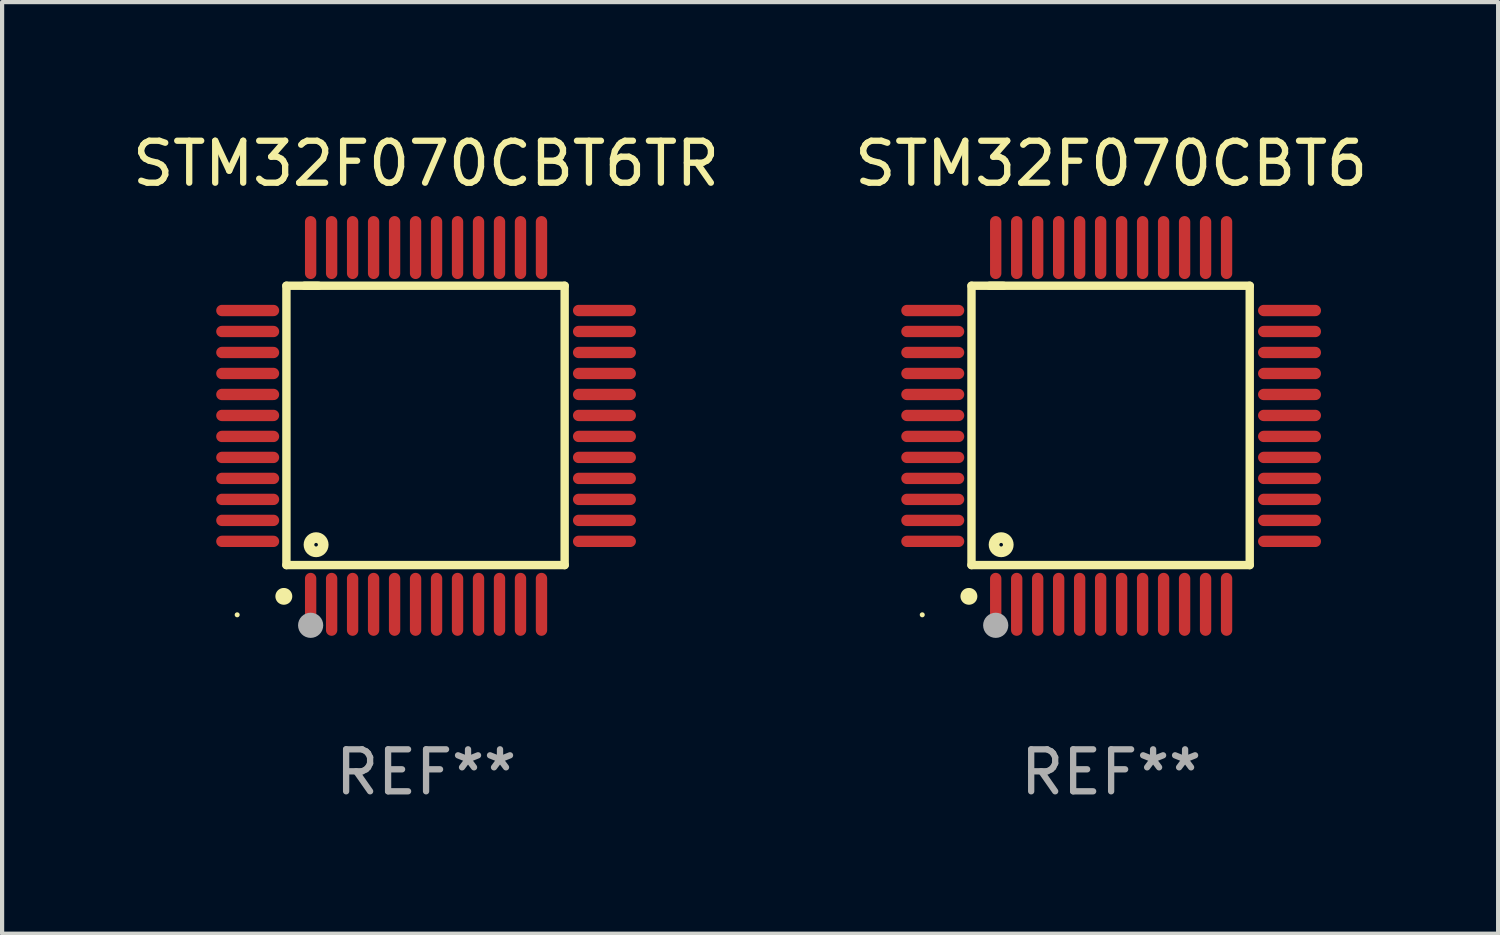
<source format=kicad_pcb>
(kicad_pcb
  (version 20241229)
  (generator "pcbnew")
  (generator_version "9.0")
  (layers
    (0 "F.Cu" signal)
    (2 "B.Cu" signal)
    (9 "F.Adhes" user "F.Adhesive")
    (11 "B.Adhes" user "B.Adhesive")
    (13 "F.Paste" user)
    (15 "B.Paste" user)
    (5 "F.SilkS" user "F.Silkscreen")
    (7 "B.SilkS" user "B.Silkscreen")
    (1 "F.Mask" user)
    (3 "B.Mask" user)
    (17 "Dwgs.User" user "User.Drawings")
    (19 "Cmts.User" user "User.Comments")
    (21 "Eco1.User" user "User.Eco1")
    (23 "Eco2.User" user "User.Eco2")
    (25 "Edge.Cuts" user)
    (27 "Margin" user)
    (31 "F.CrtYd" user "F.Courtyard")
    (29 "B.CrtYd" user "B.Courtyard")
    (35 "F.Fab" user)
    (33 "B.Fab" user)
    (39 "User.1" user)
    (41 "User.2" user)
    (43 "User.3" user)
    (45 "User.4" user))
  (footprint "STM32F070CBT6"
    (layer "F.Cu")
    (at 23.423 7.098)
    (property "Reference" "STM32F070CBT6" (at 0 -6.25 0) (layer "F.SilkS") (effects (font (size 1 1) (thickness 0.15))))
    (attr through_hole)
    (fp_line (start -3.327 -3.34) (end -2.565 -3.34) (stroke (width 0.2) (type solid)) (layer "F.SilkS"))
    (fp_line (start -3.327 3.315) (end -3.327 -3.34) (stroke (width 0.2) (type solid)) (layer "F.SilkS"))
    (fp_line (start -2.896 -3.34) (end 3.302 -3.34) (stroke (width 0.2) (type solid)) (layer "F.SilkS"))
    (fp_line (start 3.302 -3.34) (end 3.302 3.315) (stroke (width 0.2) (type solid)) (layer "F.SilkS"))
    (fp_line (start 3.302 3.315) (end -3.327 3.315) (stroke (width 0.2) (type solid)) (layer "F.SilkS"))
    (fp_arc (start -3.389992 4.059995) (mid -3.388722 4.059991) (end -3.387452 4.059995) (stroke (width 0.4) (type solid)) (layer "F.SilkS"))
    (fp_circle (center -4.5 4.5) (end -4.47 4.5) (stroke (width 0.06) (type solid)) (fill no) (layer "F.SilkS"))
    (fp_circle (center -2.62 2.83) (end -2.45 2.83) (stroke (width 0.254) (type solid)) (fill no) (layer "F.SilkS"))
    (fp_circle (center -2.75 4.75) (end -2.6 4.75) (stroke (width 0.3) (type solid)) (fill no) (layer "F.Fab"))
    (fp_text user "REF**" (at 0 8.25 0) (layer "F.Fab") (effects (font (size 1 1) (thickness 0.15))))
    (pad "1" smd oval (at -2.75 4.25) (size 0.27 1.5) (layers "F.Cu" "F.Mask" "F.Paste"))
    (pad "2" smd oval (at -2.25 4.25) (size 0.27 1.5) (layers "F.Cu" "F.Mask" "F.Paste"))
    (pad "3" smd oval (at -1.75 4.25) (size 0.27 1.5) (layers "F.Cu" "F.Mask" "F.Paste"))
    (pad "4" smd oval (at -1.25 4.25) (size 0.27 1.5) (layers "F.Cu" "F.Mask" "F.Paste"))
    (pad "5" smd oval (at -0.75 4.25) (size 0.27 1.5) (layers "F.Cu" "F.Mask" "F.Paste"))
    (pad "6" smd oval (at -0.25 4.25) (size 0.27 1.5) (layers "F.Cu" "F.Mask" "F.Paste"))
    (pad "7" smd oval (at 0.25 4.25) (size 0.27 1.5) (layers "F.Cu" "F.Mask" "F.Paste"))
    (pad "8" smd oval (at 0.75 4.25) (size 0.27 1.5) (layers "F.Cu" "F.Mask" "F.Paste"))
    (pad "9" smd oval (at 1.25 4.25) (size 0.27 1.5) (layers "F.Cu" "F.Mask" "F.Paste"))
    (pad "10" smd oval (at 1.75 4.25) (size 0.27 1.5) (layers "F.Cu" "F.Mask" "F.Paste"))
    (pad "11" smd oval (at 2.25 4.25) (size 0.27 1.5) (layers "F.Cu" "F.Mask" "F.Paste"))
    (pad "12" smd oval (at 2.75 4.25) (size 0.27 1.5) (layers "F.Cu" "F.Mask" "F.Paste"))
    (pad "13" smd oval (at 4.25 2.75) (size 1.5 0.27) (layers "F.Cu" "F.Mask" "F.Paste"))
    (pad "14" smd oval (at 4.25 2.25) (size 1.5 0.27) (layers "F.Cu" "F.Mask" "F.Paste"))
    (pad "15" smd oval (at 4.25 1.75) (size 1.5 0.27) (layers "F.Cu" "F.Mask" "F.Paste"))
    (pad "16" smd oval (at 4.25 1.25) (size 1.5 0.27) (layers "F.Cu" "F.Mask" "F.Paste"))
    (pad "17" smd oval (at 4.25 0.75) (size 1.5 0.27) (layers "F.Cu" "F.Mask" "F.Paste"))
    (pad "18" smd oval (at 4.25 0.25) (size 1.5 0.27) (layers "F.Cu" "F.Mask" "F.Paste"))
    (pad "19" smd oval (at 4.25 -0.25) (size 1.5 0.27) (layers "F.Cu" "F.Mask" "F.Paste"))
    (pad "20" smd oval (at 4.25 -0.75) (size 1.5 0.27) (layers "F.Cu" "F.Mask" "F.Paste"))
    (pad "21" smd oval (at 4.25 -1.25) (size 1.5 0.27) (layers "F.Cu" "F.Mask" "F.Paste"))
    (pad "22" smd oval (at 4.25 -1.75) (size 1.5 0.27) (layers "F.Cu" "F.Mask" "F.Paste"))
    (pad "23" smd oval (at 4.25 -2.25) (size 1.5 0.27) (layers "F.Cu" "F.Mask" "F.Paste"))
    (pad "24" smd oval (at 4.25 -2.75) (size 1.5 0.27) (layers "F.Cu" "F.Mask" "F.Paste"))
    (pad "25" smd oval (at 2.75 -4.25) (size 0.27 1.5) (layers "F.Cu" "F.Mask" "F.Paste"))
    (pad "26" smd oval (at 2.25 -4.25) (size 0.27 1.5) (layers "F.Cu" "F.Mask" "F.Paste"))
    (pad "27" smd oval (at 1.75 -4.25) (size 0.27 1.5) (layers "F.Cu" "F.Mask" "F.Paste"))
    (pad "28" smd oval (at 1.25 -4.25) (size 0.27 1.5) (layers "F.Cu" "F.Mask" "F.Paste"))
    (pad "29" smd oval (at 0.75 -4.25) (size 0.27 1.5) (layers "F.Cu" "F.Mask" "F.Paste"))
    (pad "30" smd oval (at 0.25 -4.25) (size 0.27 1.5) (layers "F.Cu" "F.Mask" "F.Paste"))
    (pad "31" smd oval (at -0.25 -4.25) (size 0.27 1.5) (layers "F.Cu" "F.Mask" "F.Paste"))
    (pad "32" smd oval (at -0.75 -4.25) (size 0.27 1.5) (layers "F.Cu" "F.Mask" "F.Paste"))
    (pad "33" smd oval (at -1.25 -4.25) (size 0.27 1.5) (layers "F.Cu" "F.Mask" "F.Paste"))
    (pad "34" smd oval (at -1.75 -4.25) (size 0.27 1.5) (layers "F.Cu" "F.Mask" "F.Paste"))
    (pad "35" smd oval (at -2.25 -4.25) (size 0.27 1.5) (layers "F.Cu" "F.Mask" "F.Paste"))
    (pad "36" smd oval (at -2.75 -4.25) (size 0.27 1.5) (layers "F.Cu" "F.Mask" "F.Paste"))
    (pad "37" smd oval (at -4.25 -2.75) (size 1.5 0.27) (layers "F.Cu" "F.Mask" "F.Paste"))
    (pad "38" smd oval (at -4.25 -2.25) (size 1.5 0.27) (layers "F.Cu" "F.Mask" "F.Paste"))
    (pad "39" smd oval (at -4.25 -1.75) (size 1.5 0.27) (layers "F.Cu" "F.Mask" "F.Paste"))
    (pad "40" smd oval (at -4.25 -1.25) (size 1.5 0.27) (layers "F.Cu" "F.Mask" "F.Paste"))
    (pad "41" smd oval (at -4.25 -0.75) (size 1.5 0.27) (layers "F.Cu" "F.Mask" "F.Paste"))
    (pad "42" smd oval (at -4.25 -0.25) (size 1.5 0.27) (layers "F.Cu" "F.Mask" "F.Paste"))
    (pad "43" smd oval (at -4.25 0.25) (size 1.5 0.27) (layers "F.Cu" "F.Mask" "F.Paste"))
    (pad "44" smd oval (at -4.25 0.75) (size 1.5 0.27) (layers "F.Cu" "F.Mask" "F.Paste"))
    (pad "45" smd oval (at -4.25 1.25) (size 1.5 0.27) (layers "F.Cu" "F.Mask" "F.Paste"))
    (pad "46" smd oval (at -4.25 1.75) (size 1.5 0.27) (layers "F.Cu" "F.Mask" "F.Paste"))
    (pad "47" smd oval (at -4.25 2.25) (size 1.5 0.27) (layers "F.Cu" "F.Mask" "F.Paste"))
    (pad "48" smd oval (at -4.25 2.75) (size 1.5 0.27) (layers "F.Cu" "F.Mask" "F.Paste")))
  (footprint "STM32F070CBT6TR"
    (layer "F.Cu")
    (at 7.101 7.098)
    (property "Reference" "STM32F070CBT6TR" (at 0 -6.25 0) (layer "F.SilkS") (effects (font (size 1 1) (thickness 0.15))))
    (attr through_hole)
    (fp_line (start -3.327 -3.34) (end -2.565 -3.34) (stroke (width 0.2) (type solid)) (layer "F.SilkS"))
    (fp_line (start -3.327 3.315) (end -3.327 -3.34) (stroke (width 0.2) (type solid)) (layer "F.SilkS"))
    (fp_line (start -2.896 -3.34) (end 3.302 -3.34) (stroke (width 0.2) (type solid)) (layer "F.SilkS"))
    (fp_line (start 3.302 -3.34) (end 3.302 3.315) (stroke (width 0.2) (type solid)) (layer "F.SilkS"))
    (fp_line (start 3.302 3.315) (end -3.327 3.315) (stroke (width 0.2) (type solid)) (layer "F.SilkS"))
    (fp_arc (start -3.389992 4.059995) (mid -3.388722 4.059991) (end -3.387452 4.059995) (stroke (width 0.4) (type solid)) (layer "F.SilkS"))
    (fp_circle (center -4.5 4.5) (end -4.47 4.5) (stroke (width 0.06) (type solid)) (fill no) (layer "F.SilkS"))
    (fp_circle (center -2.62 2.83) (end -2.45 2.83) (stroke (width 0.254) (type solid)) (fill no) (layer "F.SilkS"))
    (fp_circle (center -2.75 4.75) (end -2.6 4.75) (stroke (width 0.3) (type solid)) (fill no) (layer "F.Fab"))
    (fp_text user "REF**" (at 0 8.25 0) (layer "F.Fab") (effects (font (size 1 1) (thickness 0.15))))
    (pad "1" smd oval (at -2.75 4.25) (size 0.27 1.5) (layers "F.Cu" "F.Mask" "F.Paste"))
    (pad "2" smd oval (at -2.25 4.25) (size 0.27 1.5) (layers "F.Cu" "F.Mask" "F.Paste"))
    (pad "3" smd oval (at -1.75 4.25) (size 0.27 1.5) (layers "F.Cu" "F.Mask" "F.Paste"))
    (pad "4" smd oval (at -1.25 4.25) (size 0.27 1.5) (layers "F.Cu" "F.Mask" "F.Paste"))
    (pad "5" smd oval (at -0.75 4.25) (size 0.27 1.5) (layers "F.Cu" "F.Mask" "F.Paste"))
    (pad "6" smd oval (at -0.25 4.25) (size 0.27 1.5) (layers "F.Cu" "F.Mask" "F.Paste"))
    (pad "7" smd oval (at 0.25 4.25) (size 0.27 1.5) (layers "F.Cu" "F.Mask" "F.Paste"))
    (pad "8" smd oval (at 0.75 4.25) (size 0.27 1.5) (layers "F.Cu" "F.Mask" "F.Paste"))
    (pad "9" smd oval (at 1.25 4.25) (size 0.27 1.5) (layers "F.Cu" "F.Mask" "F.Paste"))
    (pad "10" smd oval (at 1.75 4.25) (size 0.27 1.5) (layers "F.Cu" "F.Mask" "F.Paste"))
    (pad "11" smd oval (at 2.25 4.25) (size 0.27 1.5) (layers "F.Cu" "F.Mask" "F.Paste"))
    (pad "12" smd oval (at 2.75 4.25) (size 0.27 1.5) (layers "F.Cu" "F.Mask" "F.Paste"))
    (pad "13" smd oval (at 4.25 2.75) (size 1.5 0.27) (layers "F.Cu" "F.Mask" "F.Paste"))
    (pad "14" smd oval (at 4.25 2.25) (size 1.5 0.27) (layers "F.Cu" "F.Mask" "F.Paste"))
    (pad "15" smd oval (at 4.25 1.75) (size 1.5 0.27) (layers "F.Cu" "F.Mask" "F.Paste"))
    (pad "16" smd oval (at 4.25 1.25) (size 1.5 0.27) (layers "F.Cu" "F.Mask" "F.Paste"))
    (pad "17" smd oval (at 4.25 0.75) (size 1.5 0.27) (layers "F.Cu" "F.Mask" "F.Paste"))
    (pad "18" smd oval (at 4.25 0.25) (size 1.5 0.27) (layers "F.Cu" "F.Mask" "F.Paste"))
    (pad "19" smd oval (at 4.25 -0.25) (size 1.5 0.27) (layers "F.Cu" "F.Mask" "F.Paste"))
    (pad "20" smd oval (at 4.25 -0.75) (size 1.5 0.27) (layers "F.Cu" "F.Mask" "F.Paste"))
    (pad "21" smd oval (at 4.25 -1.25) (size 1.5 0.27) (layers "F.Cu" "F.Mask" "F.Paste"))
    (pad "22" smd oval (at 4.25 -1.75) (size 1.5 0.27) (layers "F.Cu" "F.Mask" "F.Paste"))
    (pad "23" smd oval (at 4.25 -2.25) (size 1.5 0.27) (layers "F.Cu" "F.Mask" "F.Paste"))
    (pad "24" smd oval (at 4.25 -2.75) (size 1.5 0.27) (layers "F.Cu" "F.Mask" "F.Paste"))
    (pad "25" smd oval (at 2.75 -4.25) (size 0.27 1.5) (layers "F.Cu" "F.Mask" "F.Paste"))
    (pad "26" smd oval (at 2.25 -4.25) (size 0.27 1.5) (layers "F.Cu" "F.Mask" "F.Paste"))
    (pad "27" smd oval (at 1.75 -4.25) (size 0.27 1.5) (layers "F.Cu" "F.Mask" "F.Paste"))
    (pad "28" smd oval (at 1.25 -4.25) (size 0.27 1.5) (layers "F.Cu" "F.Mask" "F.Paste"))
    (pad "29" smd oval (at 0.75 -4.25) (size 0.27 1.5) (layers "F.Cu" "F.Mask" "F.Paste"))
    (pad "30" smd oval (at 0.25 -4.25) (size 0.27 1.5) (layers "F.Cu" "F.Mask" "F.Paste"))
    (pad "31" smd oval (at -0.25 -4.25) (size 0.27 1.5) (layers "F.Cu" "F.Mask" "F.Paste"))
    (pad "32" smd oval (at -0.75 -4.25) (size 0.27 1.5) (layers "F.Cu" "F.Mask" "F.Paste"))
    (pad "33" smd oval (at -1.25 -4.25) (size 0.27 1.5) (layers "F.Cu" "F.Mask" "F.Paste"))
    (pad "34" smd oval (at -1.75 -4.25) (size 0.27 1.5) (layers "F.Cu" "F.Mask" "F.Paste"))
    (pad "35" smd oval (at -2.25 -4.25) (size 0.27 1.5) (layers "F.Cu" "F.Mask" "F.Paste"))
    (pad "36" smd oval (at -2.75 -4.25) (size 0.27 1.5) (layers "F.Cu" "F.Mask" "F.Paste"))
    (pad "37" smd oval (at -4.25 -2.75) (size 1.5 0.27) (layers "F.Cu" "F.Mask" "F.Paste"))
    (pad "38" smd oval (at -4.25 -2.25) (size 1.5 0.27) (layers "F.Cu" "F.Mask" "F.Paste"))
    (pad "39" smd oval (at -4.25 -1.75) (size 1.5 0.27) (layers "F.Cu" "F.Mask" "F.Paste"))
    (pad "40" smd oval (at -4.25 -1.25) (size 1.5 0.27) (layers "F.Cu" "F.Mask" "F.Paste"))
    (pad "41" smd oval (at -4.25 -0.75) (size 1.5 0.27) (layers "F.Cu" "F.Mask" "F.Paste"))
    (pad "42" smd oval (at -4.25 -0.25) (size 1.5 0.27) (layers "F.Cu" "F.Mask" "F.Paste"))
    (pad "43" smd oval (at -4.25 0.25) (size 1.5 0.27) (layers "F.Cu" "F.Mask" "F.Paste"))
    (pad "44" smd oval (at -4.25 0.75) (size 1.5 0.27) (layers "F.Cu" "F.Mask" "F.Paste"))
    (pad "45" smd oval (at -4.25 1.25) (size 1.5 0.27) (layers "F.Cu" "F.Mask" "F.Paste"))
    (pad "46" smd oval (at -4.25 1.75) (size 1.5 0.27) (layers "F.Cu" "F.Mask" "F.Paste"))
    (pad "47" smd oval (at -4.25 2.25) (size 1.5 0.27) (layers "F.Cu" "F.Mask" "F.Paste"))
    (pad "48" smd oval (at -4.25 2.75) (size 1.5 0.27) (layers "F.Cu" "F.Mask" "F.Paste")))
  (gr_rect
    (start -3 -3)
    (end 32.643 19.196)
    (stroke (width 0.1) (type default))
    (fill no)
    (layer "Edge.Cuts")))
</source>
